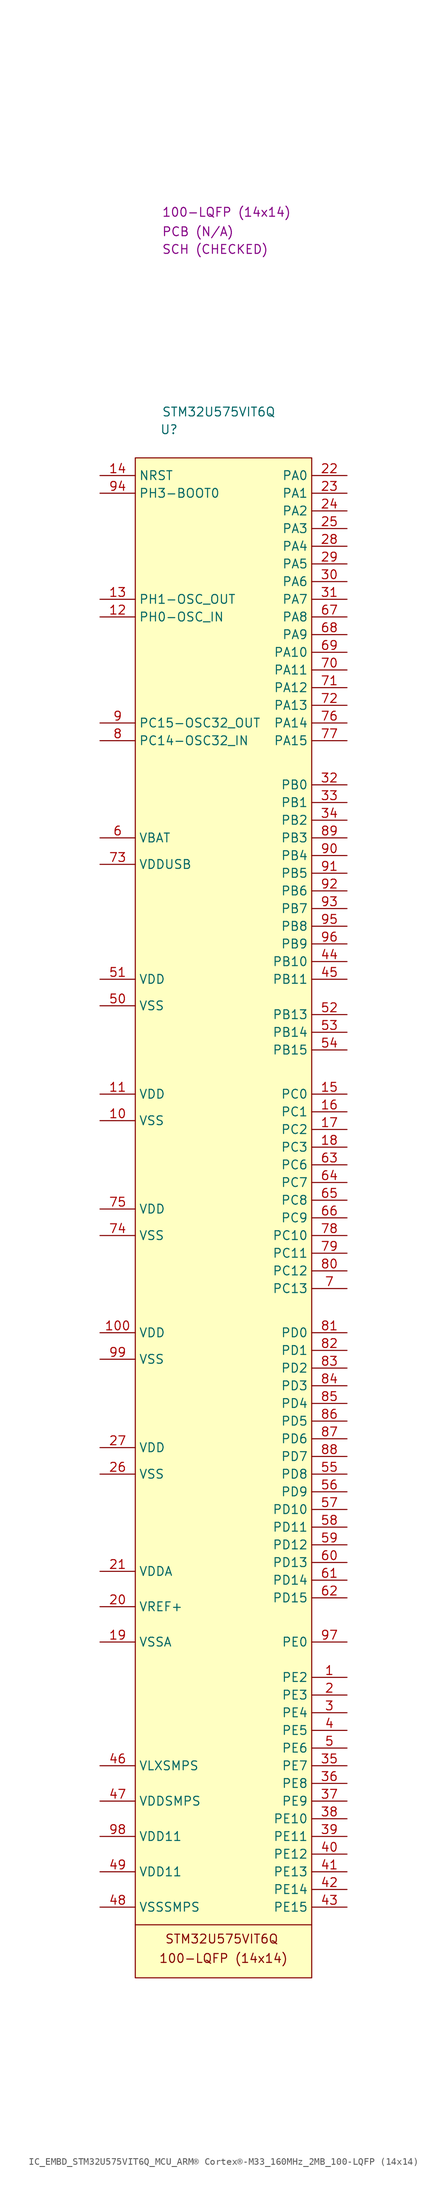
<source format=kicad_sym>
(kicad_symbol_lib
  (version 20231120)
  (generator "kicad_symbol_editor")
  (generator_version "8.0")
  (symbol "IC_EMBD_STM32U575VIT6Q_MCU_ARM® Cortex®-M33_160MHz_2MB_100-LQFP (14x14)"
    (property "Reference" "U"
      (at 3.556 4.064 0)
      (effects (font (size 1.27 1.27)) (justify left)))
    (property "Value" "STM32U575VIT6Q"
      (at 3.81 6.604 0)
      (effects (font (size 1.27 1.27)) (justify left)))
    (property "Package" "100-LQFP (14x14)"
      (at 3.81 35.306 0)
      (effects (font (size 1.27 1.27)) (justify left)))
    (property "SCH CHECK" "SCH (CHECKED)"
      (at 3.81 29.972 0)
      (effects (font (size 1.27 1.27)) (justify left)))
    (property "PCB CHECK" "PCB (N/A)"
      (at 3.81 32.512 0)
      (effects (font (size 1.27 1.27)) (justify left)))
    (symbol "IC_EMBD_STM32U575VIT6Q_MCU_ARM® Cortex®-M33_160MHz_2MB_100-LQFP (14x14)_0_1"
      (polyline (pts (xy 0 -210.82) (xy 25.4 -210.82)) (stroke (width 0) (type default)) (fill (type none))))
    (symbol "IC_EMBD_STM32U575VIT6Q_MCU_ARM® Cortex®-M33_160MHz_2MB_100-LQFP (14x14)_1_1"
      (rectangle (start 0 0) (end 25.4 -218.44) (stroke (width 0) (type default)) (fill (type background)))
      (text "100-LQFP (14x14)" (at 12.7 -215.646 0) (effects (font (size 1.27 1.27))))
      (text "STM32U575VIT6Q" (at 12.446 -212.852 0) (effects (font (size 1.27 1.27))))
      (pin passive line (at 30.48 -175.26 180) (length 5.08) (name "PE2" (effects (font (size 1.27 1.27)))) (number "1" (effects (font (size 1.27 1.27)))))
      (pin passive line (at -5.08 -95.25 0) (length 5.08) (name "VSS" (effects (font (size 1.27 1.27)))) (number "10" (effects (font (size 1.27 1.27)))))
      (pin passive line (at -5.08 -125.73 0) (length 5.08) (name "VDD" (effects (font (size 1.27 1.27)))) (number "100" (effects (font (size 1.27 1.27)))))
      (pin passive line (at -5.08 -91.44 0) (length 5.08) (name "VDD" (effects (font (size 1.27 1.27)))) (number "11" (effects (font (size 1.27 1.27)))))
      (pin passive line (at -5.08 -22.86 0) (length 5.08) (name "PH0-OSC_IN" (effects (font (size 1.27 1.27)))) (number "12" (effects (font (size 1.27 1.27)))))
      (pin passive line (at -5.08 -20.32 0) (length 5.08) (name "PH1-OSC_OUT" (effects (font (size 1.27 1.27)))) (number "13" (effects (font (size 1.27 1.27)))))
      (pin passive line (at -5.08 -2.54 0) (length 5.08) (name "NRST" (effects (font (size 1.27 1.27)))) (number "14" (effects (font (size 1.27 1.27)))))
      (pin passive line (at 30.48 -91.44 180) (length 5.08) (name "PC0" (effects (font (size 1.27 1.27)))) (number "15" (effects (font (size 1.27 1.27)))))
      (pin passive line (at 30.48 -93.98 180) (length 5.08) (name "PC1" (effects (font (size 1.27 1.27)))) (number "16" (effects (font (size 1.27 1.27)))))
      (pin passive line (at 30.48 -96.52 180) (length 5.08) (name "PC2" (effects (font (size 1.27 1.27)))) (number "17" (effects (font (size 1.27 1.27)))))
      (pin passive line (at 30.48 -99.06 180) (length 5.08) (name "PC3" (effects (font (size 1.27 1.27)))) (number "18" (effects (font (size 1.27 1.27)))))
      (pin passive line (at -5.08 -170.18 0) (length 5.08) (name "VSSA" (effects (font (size 1.27 1.27)))) (number "19" (effects (font (size 1.27 1.27)))))
      (pin passive line (at 30.48 -177.8 180) (length 5.08) (name "PE3" (effects (font (size 1.27 1.27)))) (number "2" (effects (font (size 1.27 1.27)))))
      (pin passive line (at -5.08 -165.1 0) (length 5.08) (name "VREF+" (effects (font (size 1.27 1.27)))) (number "20" (effects (font (size 1.27 1.27)))))
      (pin passive line (at -5.08 -160.02 0) (length 5.08) (name "VDDA" (effects (font (size 1.27 1.27)))) (number "21" (effects (font (size 1.27 1.27)))))
      (pin passive line (at 30.48 -2.54 180) (length 5.08) (name "PA0" (effects (font (size 1.27 1.27)))) (number "22" (effects (font (size 1.27 1.27)))))
      (pin passive line (at 30.48 -5.08 180) (length 5.08) (name "PA1" (effects (font (size 1.27 1.27)))) (number "23" (effects (font (size 1.27 1.27)))))
      (pin passive line (at 30.48 -7.62 180) (length 5.08) (name "PA2" (effects (font (size 1.27 1.27)))) (number "24" (effects (font (size 1.27 1.27)))))
      (pin passive line (at 30.48 -10.16 180) (length 5.08) (name "PA3" (effects (font (size 1.27 1.27)))) (number "25" (effects (font (size 1.27 1.27)))))
      (pin passive line (at -5.08 -146.05 0) (length 5.08) (name "VSS" (effects (font (size 1.27 1.27)))) (number "26" (effects (font (size 1.27 1.27)))))
      (pin passive line (at -5.08 -142.24 0) (length 5.08) (name "VDD" (effects (font (size 1.27 1.27)))) (number "27" (effects (font (size 1.27 1.27)))))
      (pin passive line (at 30.48 -12.7 180) (length 5.08) (name "PA4" (effects (font (size 1.27 1.27)))) (number "28" (effects (font (size 1.27 1.27)))))
      (pin passive line (at 30.48 -15.24 180) (length 5.08) (name "PA5" (effects (font (size 1.27 1.27)))) (number "29" (effects (font (size 1.27 1.27)))))
      (pin passive line (at 30.48 -180.34 180) (length 5.08) (name "PE4" (effects (font (size 1.27 1.27)))) (number "3" (effects (font (size 1.27 1.27)))))
      (pin passive line (at 30.48 -17.78 180) (length 5.08) (name "PA6" (effects (font (size 1.27 1.27)))) (number "30" (effects (font (size 1.27 1.27)))))
      (pin passive line (at 30.48 -20.32 180) (length 5.08) (name "PA7" (effects (font (size 1.27 1.27)))) (number "31" (effects (font (size 1.27 1.27)))))
      (pin passive line (at 30.48 -46.99 180) (length 5.08) (name "PB0" (effects (font (size 1.27 1.27)))) (number "32" (effects (font (size 1.27 1.27)))))
      (pin passive line (at 30.48 -49.53 180) (length 5.08) (name "PB1" (effects (font (size 1.27 1.27)))) (number "33" (effects (font (size 1.27 1.27)))))
      (pin passive line (at 30.48 -52.07 180) (length 5.08) (name "PB2" (effects (font (size 1.27 1.27)))) (number "34" (effects (font (size 1.27 1.27)))))
      (pin passive line (at 30.48 -187.96 180) (length 5.08) (name "PE7" (effects (font (size 1.27 1.27)))) (number "35" (effects (font (size 1.27 1.27)))))
      (pin passive line (at 30.48 -190.5 180) (length 5.08) (name "PE8" (effects (font (size 1.27 1.27)))) (number "36" (effects (font (size 1.27 1.27)))))
      (pin passive line (at 30.48 -193.04 180) (length 5.08) (name "PE9" (effects (font (size 1.27 1.27)))) (number "37" (effects (font (size 1.27 1.27)))))
      (pin passive line (at 30.48 -195.58 180) (length 5.08) (name "PE10" (effects (font (size 1.27 1.27)))) (number "38" (effects (font (size 1.27 1.27)))))
      (pin passive line (at 30.48 -198.12 180) (length 5.08) (name "PE11" (effects (font (size 1.27 1.27)))) (number "39" (effects (font (size 1.27 1.27)))))
      (pin passive line (at 30.48 -182.88 180) (length 5.08) (name "PE5" (effects (font (size 1.27 1.27)))) (number "4" (effects (font (size 1.27 1.27)))))
      (pin passive line (at 30.48 -200.66 180) (length 5.08) (name "PE12" (effects (font (size 1.27 1.27)))) (number "40" (effects (font (size 1.27 1.27)))))
      (pin passive line (at 30.48 -203.2 180) (length 5.08) (name "PE13" (effects (font (size 1.27 1.27)))) (number "41" (effects (font (size 1.27 1.27)))))
      (pin passive line (at 30.48 -205.74 180) (length 5.08) (name "PE14" (effects (font (size 1.27 1.27)))) (number "42" (effects (font (size 1.27 1.27)))))
      (pin passive line (at 30.48 -208.28 180) (length 5.08) (name "PE15" (effects (font (size 1.27 1.27)))) (number "43" (effects (font (size 1.27 1.27)))))
      (pin passive line (at 30.48 -72.39 180) (length 5.08) (name "PB10" (effects (font (size 1.27 1.27)))) (number "44" (effects (font (size 1.27 1.27)))))
      (pin passive line (at 30.48 -74.93 180) (length 5.08) (name "PB11" (effects (font (size 1.27 1.27)))) (number "45" (effects (font (size 1.27 1.27)))))
      (pin passive line (at -5.08 -187.96 0) (length 5.08) (name "VLXSMPS" (effects (font (size 1.27 1.27)))) (number "46" (effects (font (size 1.27 1.27)))))
      (pin passive line (at -5.08 -193.04 0) (length 5.08) (name "VDDSMPS" (effects (font (size 1.27 1.27)))) (number "47" (effects (font (size 1.27 1.27)))))
      (pin passive line (at -5.08 -208.28 0) (length 5.08) (name "VSSSMPS" (effects (font (size 1.27 1.27)))) (number "48" (effects (font (size 1.27 1.27)))))
      (pin passive line (at -5.08 -203.2 0) (length 5.08) (name "VDD11" (effects (font (size 1.27 1.27)))) (number "49" (effects (font (size 1.27 1.27)))))
      (pin passive line (at 30.48 -185.42 180) (length 5.08) (name "PE6" (effects (font (size 1.27 1.27)))) (number "5" (effects (font (size 1.27 1.27)))))
      (pin passive line (at -5.08 -78.74 0) (length 5.08) (name "VSS" (effects (font (size 1.27 1.27)))) (number "50" (effects (font (size 1.27 1.27)))))
      (pin passive line (at -5.08 -74.93 0) (length 5.08) (name "VDD" (effects (font (size 1.27 1.27)))) (number "51" (effects (font (size 1.27 1.27)))))
      (pin passive line (at 30.48 -80.01 180) (length 5.08) (name "PB13" (effects (font (size 1.27 1.27)))) (number "52" (effects (font (size 1.27 1.27)))))
      (pin passive line (at 30.48 -82.55 180) (length 5.08) (name "PB14" (effects (font (size 1.27 1.27)))) (number "53" (effects (font (size 1.27 1.27)))))
      (pin passive line (at 30.48 -85.09 180) (length 5.08) (name "PB15" (effects (font (size 1.27 1.27)))) (number "54" (effects (font (size 1.27 1.27)))))
      (pin passive line (at 30.48 -146.05 180) (length 5.08) (name "PD8" (effects (font (size 1.27 1.27)))) (number "55" (effects (font (size 1.27 1.27)))))
      (pin passive line (at 30.48 -148.59 180) (length 5.08) (name "PD9" (effects (font (size 1.27 1.27)))) (number "56" (effects (font (size 1.27 1.27)))))
      (pin passive line (at 30.48 -151.13 180) (length 5.08) (name "PD10" (effects (font (size 1.27 1.27)))) (number "57" (effects (font (size 1.27 1.27)))))
      (pin passive line (at 30.48 -153.67 180) (length 5.08) (name "PD11" (effects (font (size 1.27 1.27)))) (number "58" (effects (font (size 1.27 1.27)))))
      (pin passive line (at 30.48 -156.21 180) (length 5.08) (name "PD12" (effects (font (size 1.27 1.27)))) (number "59" (effects (font (size 1.27 1.27)))))
      (pin passive line (at -5.08 -54.61 0) (length 5.08) (name "VBAT" (effects (font (size 1.27 1.27)))) (number "6" (effects (font (size 1.27 1.27)))))
      (pin passive line (at 30.48 -158.75 180) (length 5.08) (name "PD13" (effects (font (size 1.27 1.27)))) (number "60" (effects (font (size 1.27 1.27)))))
      (pin passive line (at 30.48 -161.29 180) (length 5.08) (name "PD14" (effects (font (size 1.27 1.27)))) (number "61" (effects (font (size 1.27 1.27)))))
      (pin passive line (at 30.48 -163.83 180) (length 5.08) (name "PD15" (effects (font (size 1.27 1.27)))) (number "62" (effects (font (size 1.27 1.27)))))
      (pin passive line (at 30.48 -101.6 180) (length 5.08) (name "PC6" (effects (font (size 1.27 1.27)))) (number "63" (effects (font (size 1.27 1.27)))))
      (pin passive line (at 30.48 -104.14 180) (length 5.08) (name "PC7" (effects (font (size 1.27 1.27)))) (number "64" (effects (font (size 1.27 1.27)))))
      (pin passive line (at 30.48 -106.68 180) (length 5.08) (name "PC8" (effects (font (size 1.27 1.27)))) (number "65" (effects (font (size 1.27 1.27)))))
      (pin passive line (at 30.48 -109.22 180) (length 5.08) (name "PC9" (effects (font (size 1.27 1.27)))) (number "66" (effects (font (size 1.27 1.27)))))
      (pin passive line (at 30.48 -22.86 180) (length 5.08) (name "PA8" (effects (font (size 1.27 1.27)))) (number "67" (effects (font (size 1.27 1.27)))))
      (pin passive line (at 30.48 -25.4 180) (length 5.08) (name "PA9" (effects (font (size 1.27 1.27)))) (number "68" (effects (font (size 1.27 1.27)))))
      (pin passive line (at 30.48 -27.94 180) (length 5.08) (name "PA10" (effects (font (size 1.27 1.27)))) (number "69" (effects (font (size 1.27 1.27)))))
      (pin passive line (at 30.48 -119.38 180) (length 5.08) (name "PC13" (effects (font (size 1.27 1.27)))) (number "7" (effects (font (size 1.27 1.27)))))
      (pin passive line (at 30.48 -30.48 180) (length 5.08) (name "PA11" (effects (font (size 1.27 1.27)))) (number "70" (effects (font (size 1.27 1.27)))))
      (pin passive line (at 30.48 -33.02 180) (length 5.08) (name "PA12" (effects (font (size 1.27 1.27)))) (number "71" (effects (font (size 1.27 1.27)))))
      (pin passive line (at 30.48 -35.56 180) (length 5.08) (name "PA13" (effects (font (size 1.27 1.27)))) (number "72" (effects (font (size 1.27 1.27)))))
      (pin passive line (at -5.08 -58.42 0) (length 5.08) (name "VDDUSB" (effects (font (size 1.27 1.27)))) (number "73" (effects (font (size 1.27 1.27)))))
      (pin passive line (at -5.08 -111.76 0) (length 5.08) (name "VSS" (effects (font (size 1.27 1.27)))) (number "74" (effects (font (size 1.27 1.27)))))
      (pin passive line (at -5.08 -107.95 0) (length 5.08) (name "VDD" (effects (font (size 1.27 1.27)))) (number "75" (effects (font (size 1.27 1.27)))))
      (pin passive line (at 30.48 -38.1 180) (length 5.08) (name "PA14" (effects (font (size 1.27 1.27)))) (number "76" (effects (font (size 1.27 1.27)))))
      (pin passive line (at 30.48 -40.64 180) (length 5.08) (name "PA15" (effects (font (size 1.27 1.27)))) (number "77" (effects (font (size 1.27 1.27)))))
      (pin passive line (at 30.48 -111.76 180) (length 5.08) (name "PC10" (effects (font (size 1.27 1.27)))) (number "78" (effects (font (size 1.27 1.27)))))
      (pin passive line (at 30.48 -114.3 180) (length 5.08) (name "PC11" (effects (font (size 1.27 1.27)))) (number "79" (effects (font (size 1.27 1.27)))))
      (pin passive line (at -5.08 -40.64 0) (length 5.08) (name "PC14-OSC32_IN" (effects (font (size 1.27 1.27)))) (number "8" (effects (font (size 1.27 1.27)))))
      (pin passive line (at 30.48 -116.84 180) (length 5.08) (name "PC12" (effects (font (size 1.27 1.27)))) (number "80" (effects (font (size 1.27 1.27)))))
      (pin passive line (at 30.48 -125.73 180) (length 5.08) (name "PD0" (effects (font (size 1.27 1.27)))) (number "81" (effects (font (size 1.27 1.27)))))
      (pin passive line (at 30.48 -128.27 180) (length 5.08) (name "PD1" (effects (font (size 1.27 1.27)))) (number "82" (effects (font (size 1.27 1.27)))))
      (pin passive line (at 30.48 -130.81 180) (length 5.08) (name "PD2" (effects (font (size 1.27 1.27)))) (number "83" (effects (font (size 1.27 1.27)))))
      (pin passive line (at 30.48 -133.35 180) (length 5.08) (name "PD3" (effects (font (size 1.27 1.27)))) (number "84" (effects (font (size 1.27 1.27)))))
      (pin passive line (at 30.48 -135.89 180) (length 5.08) (name "PD4" (effects (font (size 1.27 1.27)))) (number "85" (effects (font (size 1.27 1.27)))))
      (pin passive line (at 30.48 -138.43 180) (length 5.08) (name "PD5" (effects (font (size 1.27 1.27)))) (number "86" (effects (font (size 1.27 1.27)))))
      (pin passive line (at 30.48 -140.97 180) (length 5.08) (name "PD6" (effects (font (size 1.27 1.27)))) (number "87" (effects (font (size 1.27 1.27)))))
      (pin passive line (at 30.48 -143.51 180) (length 5.08) (name "PD7" (effects (font (size 1.27 1.27)))) (number "88" (effects (font (size 1.27 1.27)))))
      (pin passive line (at 30.48 -54.61 180) (length 5.08) (name "PB3" (effects (font (size 1.27 1.27)))) (number "89" (effects (font (size 1.27 1.27)))))
      (pin passive line (at -5.08 -38.1 0) (length 5.08) (name "PC15-OSC32_OUT" (effects (font (size 1.27 1.27)))) (number "9" (effects (font (size 1.27 1.27)))))
      (pin passive line (at 30.48 -57.15 180) (length 5.08) (name "PB4" (effects (font (size 1.27 1.27)))) (number "90" (effects (font (size 1.27 1.27)))))
      (pin passive line (at 30.48 -59.69 180) (length 5.08) (name "PB5" (effects (font (size 1.27 1.27)))) (number "91" (effects (font (size 1.27 1.27)))))
      (pin passive line (at 30.48 -62.23 180) (length 5.08) (name "PB6" (effects (font (size 1.27 1.27)))) (number "92" (effects (font (size 1.27 1.27)))))
      (pin passive line (at 30.48 -64.77 180) (length 5.08) (name "PB7" (effects (font (size 1.27 1.27)))) (number "93" (effects (font (size 1.27 1.27)))))
      (pin passive line (at -5.08 -5.08 0) (length 5.08) (name "PH3-BOOT0" (effects (font (size 1.27 1.27)))) (number "94" (effects (font (size 1.27 1.27)))))
      (pin passive line (at 30.48 -67.31 180) (length 5.08) (name "PB8" (effects (font (size 1.27 1.27)))) (number "95" (effects (font (size 1.27 1.27)))))
      (pin passive line (at 30.48 -69.85 180) (length 5.08) (name "PB9" (effects (font (size 1.27 1.27)))) (number "96" (effects (font (size 1.27 1.27)))))
      (pin passive line (at 30.48 -170.18 180) (length 5.08) (name "PE0" (effects (font (size 1.27 1.27)))) (number "97" (effects (font (size 1.27 1.27)))))
      (pin passive line (at -5.08 -198.12 0) (length 5.08) (name "VDD11" (effects (font (size 1.27 1.27)))) (number "98" (effects (font (size 1.27 1.27)))))
      (pin passive line (at -5.08 -129.54 0) (length 5.08) (name "VSS" (effects (font (size 1.27 1.27)))) (number "99" (effects (font (size 1.27 1.27))))))))
</source>
